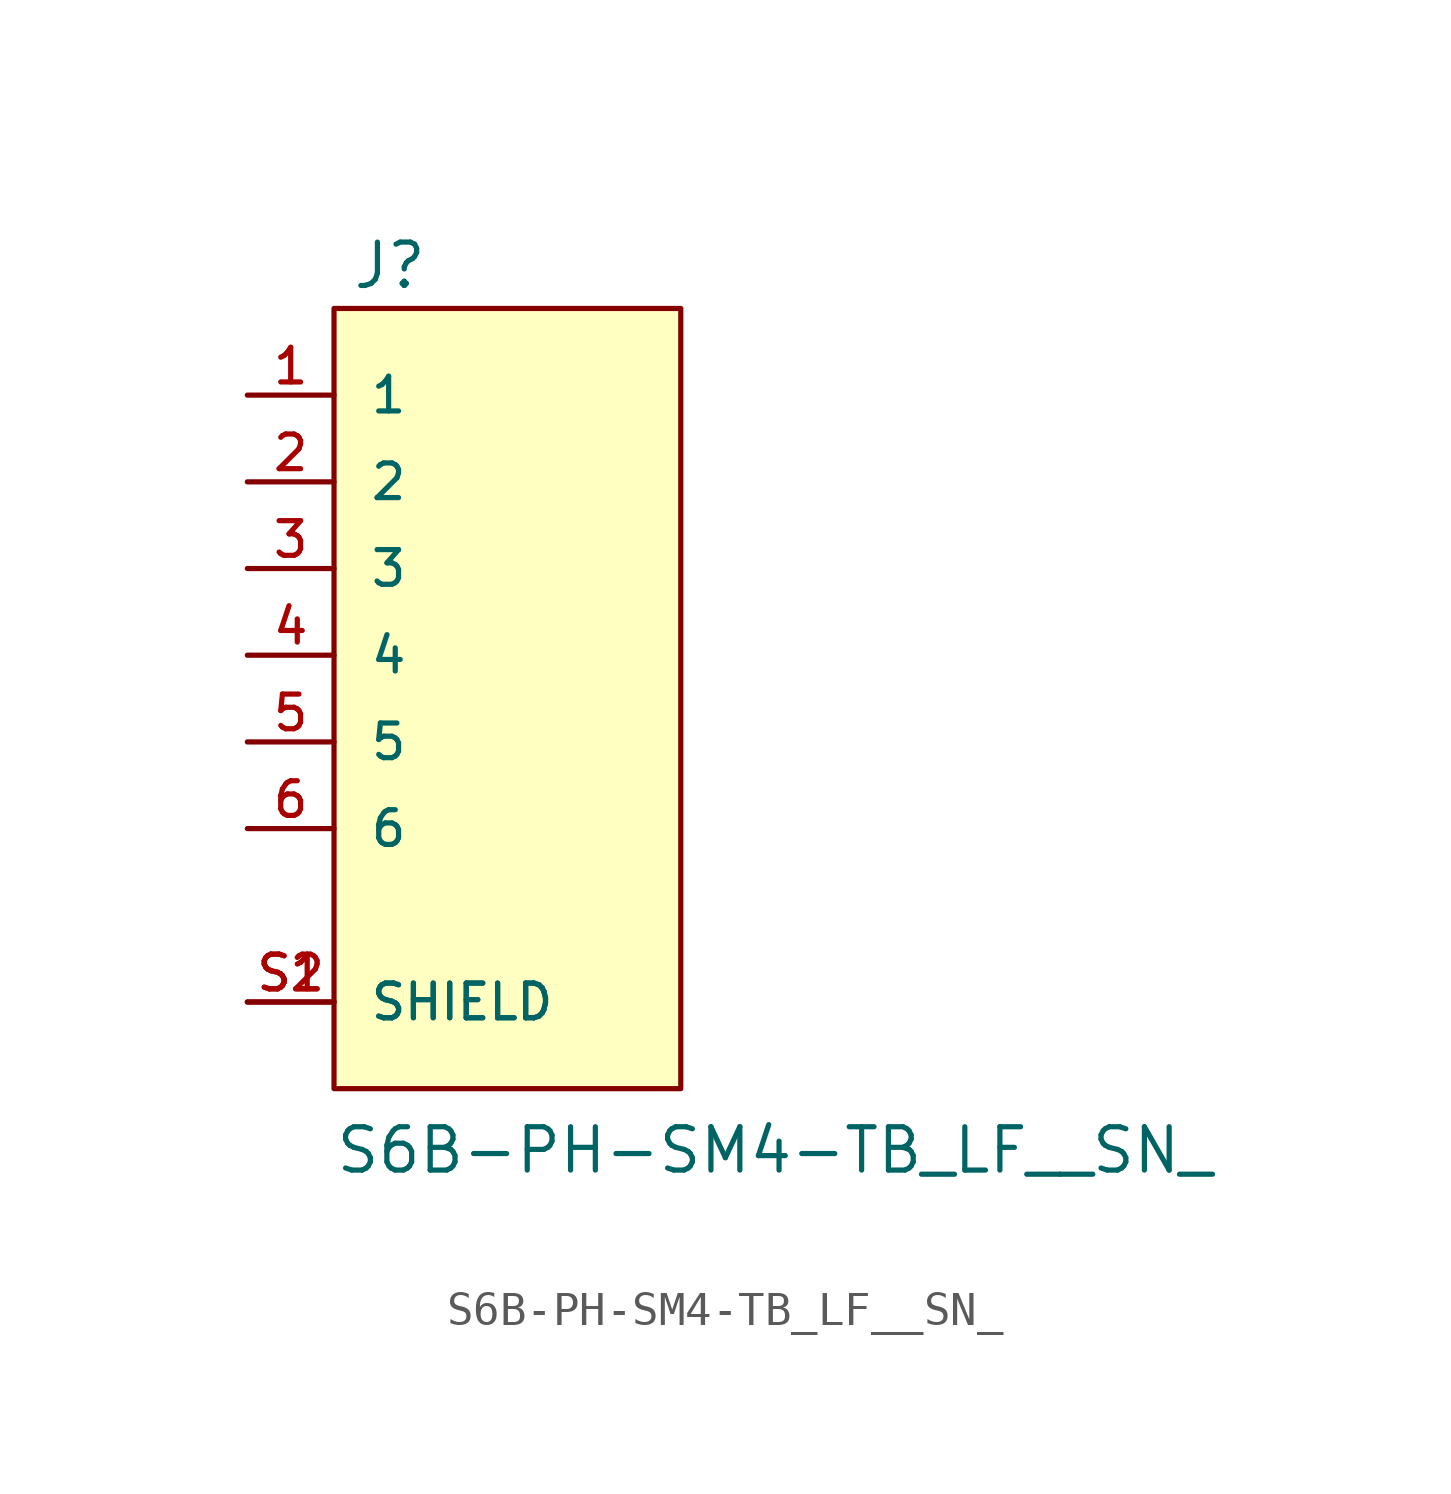
<source format=kicad_sym>
(kicad_symbol_lib
  (version 20211014)
  (generator kicad_symbol_editor)
  (symbol "S6B-PH-SM4-TB_LF__SN_"
    (pin_names
      (offset 1.016))
    (property "Reference" "J"
      (at -4.574 10.671 0)
      (effects (font (size 1.27 1.27)) (justify bottom left)))
    (property "Value" "S6B-PH-SM4-TB_LF__SN_"
      (at -5.083 -15.248 0)
      (effects (font (size 1.27 1.27)) (justify bottom left)))
    (symbol "S6B-PH-SM4-TB_LF__SN__0_0"
      (rectangle (start -5.08 -12.7) (end 5.08 10.16) (stroke (width 0.152)) (fill (type background)))
      (pin passive line (at -7.62 7.62 0) (length 2.54) (name "1" (effects (font (size 1.016 1.016)))) (number "1" (effects (font (size 1.016 1.016)))))
      (pin passive line (at -7.62 5.08 0) (length 2.54) (name "2" (effects (font (size 1.016 1.016)))) (number "2" (effects (font (size 1.016 1.016)))))
      (pin passive line (at -7.62 2.54 0) (length 2.54) (name "3" (effects (font (size 1.016 1.016)))) (number "3" (effects (font (size 1.016 1.016)))))
      (pin passive line (at -7.62 0.0 0) (length 2.54) (name "4" (effects (font (size 1.016 1.016)))) (number "4" (effects (font (size 1.016 1.016)))))
      (pin passive line (at -7.62 -2.54 0) (length 2.54) (name "5" (effects (font (size 1.016 1.016)))) (number "5" (effects (font (size 1.016 1.016)))))
      (pin passive line (at -7.62 -5.08 0) (length 2.54) (name "6" (effects (font (size 1.016 1.016)))) (number "6" (effects (font (size 1.016 1.016)))))
      (pin passive line (at -7.62 -10.16 0) (length 2.54) (name "SHIELD" (effects (font (size 1.016 1.016)))) (number "S1" (effects (font (size 1.016 1.016)))))
      (pin passive line (at -7.62 -10.16 0) (length 2.54) (name "SHIELD" (effects (font (size 1.016 1.016)))) (number "S2" (effects (font (size 1.016 1.016))))))))
</source>
